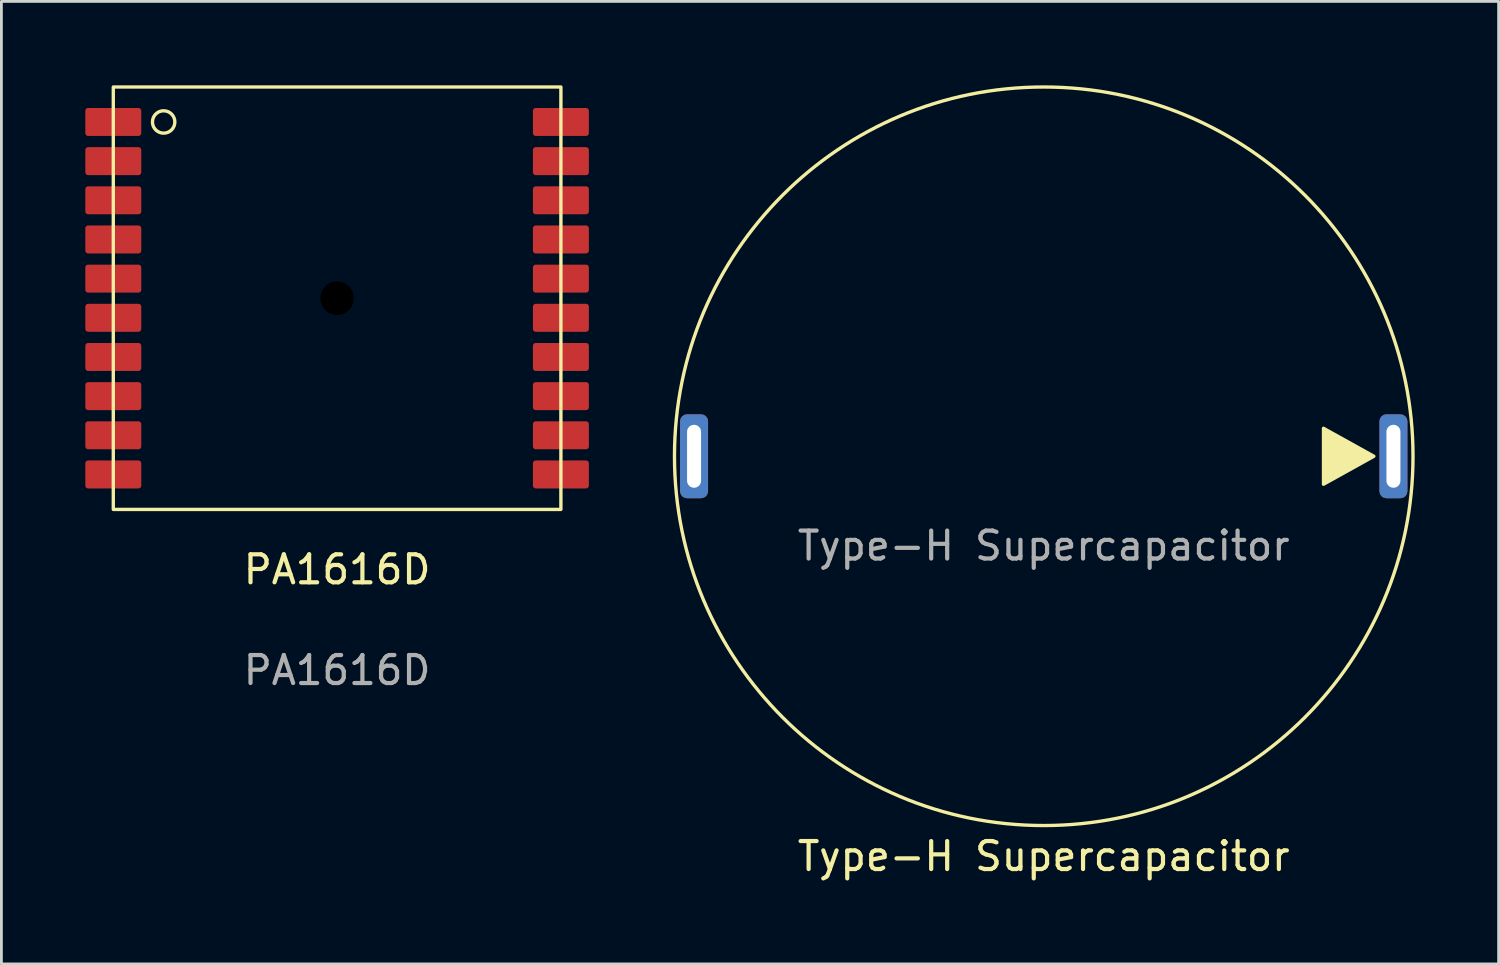
<source format=kicad_pcb>
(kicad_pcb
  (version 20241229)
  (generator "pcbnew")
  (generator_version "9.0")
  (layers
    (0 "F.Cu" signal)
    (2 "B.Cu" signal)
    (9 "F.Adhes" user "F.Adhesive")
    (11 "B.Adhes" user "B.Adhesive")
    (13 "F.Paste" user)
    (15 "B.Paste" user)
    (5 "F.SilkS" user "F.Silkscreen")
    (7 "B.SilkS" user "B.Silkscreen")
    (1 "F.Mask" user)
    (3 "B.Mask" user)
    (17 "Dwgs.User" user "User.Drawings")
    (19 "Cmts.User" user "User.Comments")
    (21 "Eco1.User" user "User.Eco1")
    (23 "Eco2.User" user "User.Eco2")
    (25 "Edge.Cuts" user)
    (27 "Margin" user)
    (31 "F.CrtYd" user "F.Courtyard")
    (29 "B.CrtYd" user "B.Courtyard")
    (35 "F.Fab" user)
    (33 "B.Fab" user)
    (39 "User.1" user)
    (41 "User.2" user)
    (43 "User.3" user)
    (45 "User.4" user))
  (footprint "Type-H Supercapacitor"
    (layer "F.Cu")
    (at 34.26 13.26)
    (property "Reference" "Type-H Supercapacitor" (at 0 14.3 0) (unlocked yes) (layer "F.SilkS") (effects (font (size 1 1) (thickness 0.15))))
    (attr smd)
    (fp_circle (center 0 0) (end 13.2 0) (stroke (width 0.12) (type default)) (fill no) (layer "F.SilkS"))
    (fp_poly (pts (xy 11.8 0) (xy 10 -1) (xy 10 1)) (stroke (width 0.12) (type solid)) (fill yes) (layer "F.SilkS"))
    (fp_text user "${REFERENCE}" (at 0 3.2 0) (unlocked yes) (layer "F.Fab") (effects (font (size 1 1) (thickness 0.15))))
    (pad "1" thru_hole roundrect (at -12.5 0) (size 1 3) (drill oval 0.5 2.25) (layers "*.Cu" "*.Mask") (roundrect_rratio 0.25))
    (pad "2" thru_hole roundrect (at 12.5 0) (size 1 3) (drill oval 0.5 2.25) (layers "*.Cu" "*.Mask") (roundrect_rratio 0.25)))
  (footprint "PA1616D"
    (layer "F.Cu")
    (at 9 7.61)
    (property "Reference" "PA1616D" (at 0 9.7 0) (unlocked yes) (layer "F.SilkS") (effects (font (size 1 1) (thickness 0.15))))
    (attr smd)
    (fp_rect (start -8 -7.55) (end 8 7.55) (stroke (width 0.12) (type default)) (fill no) (layer "F.SilkS"))
    (fp_circle (center -6.2 -6.3) (end -6.2 -5.9) (stroke (width 0.12) (type default)) (fill no) (layer "F.SilkS"))
    (fp_text user "${REFERENCE}" (at 0 13.3 0) (unlocked yes) (layer "F.Fab") (effects (font (size 1 1) (thickness 0.15))))
    (pad "" np_thru_hole circle (at 0 0) (size 1.2 1.2) (drill 1.2) (layers "*.Mask"))
    (pad "1" smd roundrect (at -8 -6.3) (size 2 1) (layers "F.Cu" "F.Mask" "F.Paste") (roundrect_rratio 0.1))
    (pad "2" smd roundrect (at -8 -4.9) (size 2 1) (layers "F.Cu" "F.Mask" "F.Paste") (roundrect_rratio 0.1))
    (pad "3" smd roundrect (at -8 -3.5) (size 2 1) (layers "F.Cu" "F.Mask" "F.Paste") (roundrect_rratio 0.1))
    (pad "4" smd roundrect (at -8 -2.1) (size 2 1) (layers "F.Cu" "F.Mask" "F.Paste") (roundrect_rratio 0.1))
    (pad "5" smd roundrect (at -8 -0.7) (size 2 1) (layers "F.Cu" "F.Mask" "F.Paste") (roundrect_rratio 0.1))
    (pad "6" smd roundrect (at -8 0.7) (size 2 1) (layers "F.Cu" "F.Mask" "F.Paste") (roundrect_rratio 0.1))
    (pad "7" smd roundrect (at -8 2.1) (size 2 1) (layers "F.Cu" "F.Mask" "F.Paste") (roundrect_rratio 0.1))
    (pad "8" smd roundrect (at -8 3.5) (size 2 1) (layers "F.Cu" "F.Mask" "F.Paste") (roundrect_rratio 0.1))
    (pad "9" smd roundrect (at -8 4.9) (size 2 1) (layers "F.Cu" "F.Mask" "F.Paste") (roundrect_rratio 0.1))
    (pad "10" smd roundrect (at -8 6.3) (size 2 1) (layers "F.Cu" "F.Mask" "F.Paste") (roundrect_rratio 0.1))
    (pad "11" smd roundrect (at 8 6.3) (size 2 1) (layers "F.Cu" "F.Mask" "F.Paste") (roundrect_rratio 0.1))
    (pad "12" smd roundrect (at 8 4.9) (size 2 1) (layers "F.Cu" "F.Mask" "F.Paste") (roundrect_rratio 0.1))
    (pad "13" smd roundrect (at 8 3.5) (size 2 1) (layers "F.Cu" "F.Mask" "F.Paste") (roundrect_rratio 0.1))
    (pad "14" smd roundrect (at 8 2.1) (size 2 1) (layers "F.Cu" "F.Mask" "F.Paste") (roundrect_rratio 0.1))
    (pad "15" smd roundrect (at 8 0.7) (size 2 1) (layers "F.Cu" "F.Mask" "F.Paste") (roundrect_rratio 0.1))
    (pad "16" smd roundrect (at 8 -0.7) (size 2 1) (layers "F.Cu" "F.Mask" "F.Paste") (roundrect_rratio 0.1))
    (pad "17" smd roundrect (at 8 -2.1) (size 2 1) (layers "F.Cu" "F.Mask" "F.Paste") (roundrect_rratio 0.1))
    (pad "18" smd roundrect (at 8 -3.5) (size 2 1) (layers "F.Cu" "F.Mask" "F.Paste") (roundrect_rratio 0.1))
    (pad "19" smd roundrect (at 8 -4.9) (size 2 1) (layers "F.Cu" "F.Mask" "F.Paste") (roundrect_rratio 0.1))
    (pad "20" smd roundrect (at 8 -6.3) (size 2 1) (layers "F.Cu" "F.Mask" "F.Paste") (roundrect_rratio 0.1)))
  (gr_rect
    (start -3 -3)
    (end 50.52 31.408)
    (stroke (width 0.1) (type default))
    (fill no)
    (layer "Edge.Cuts")))
</source>
